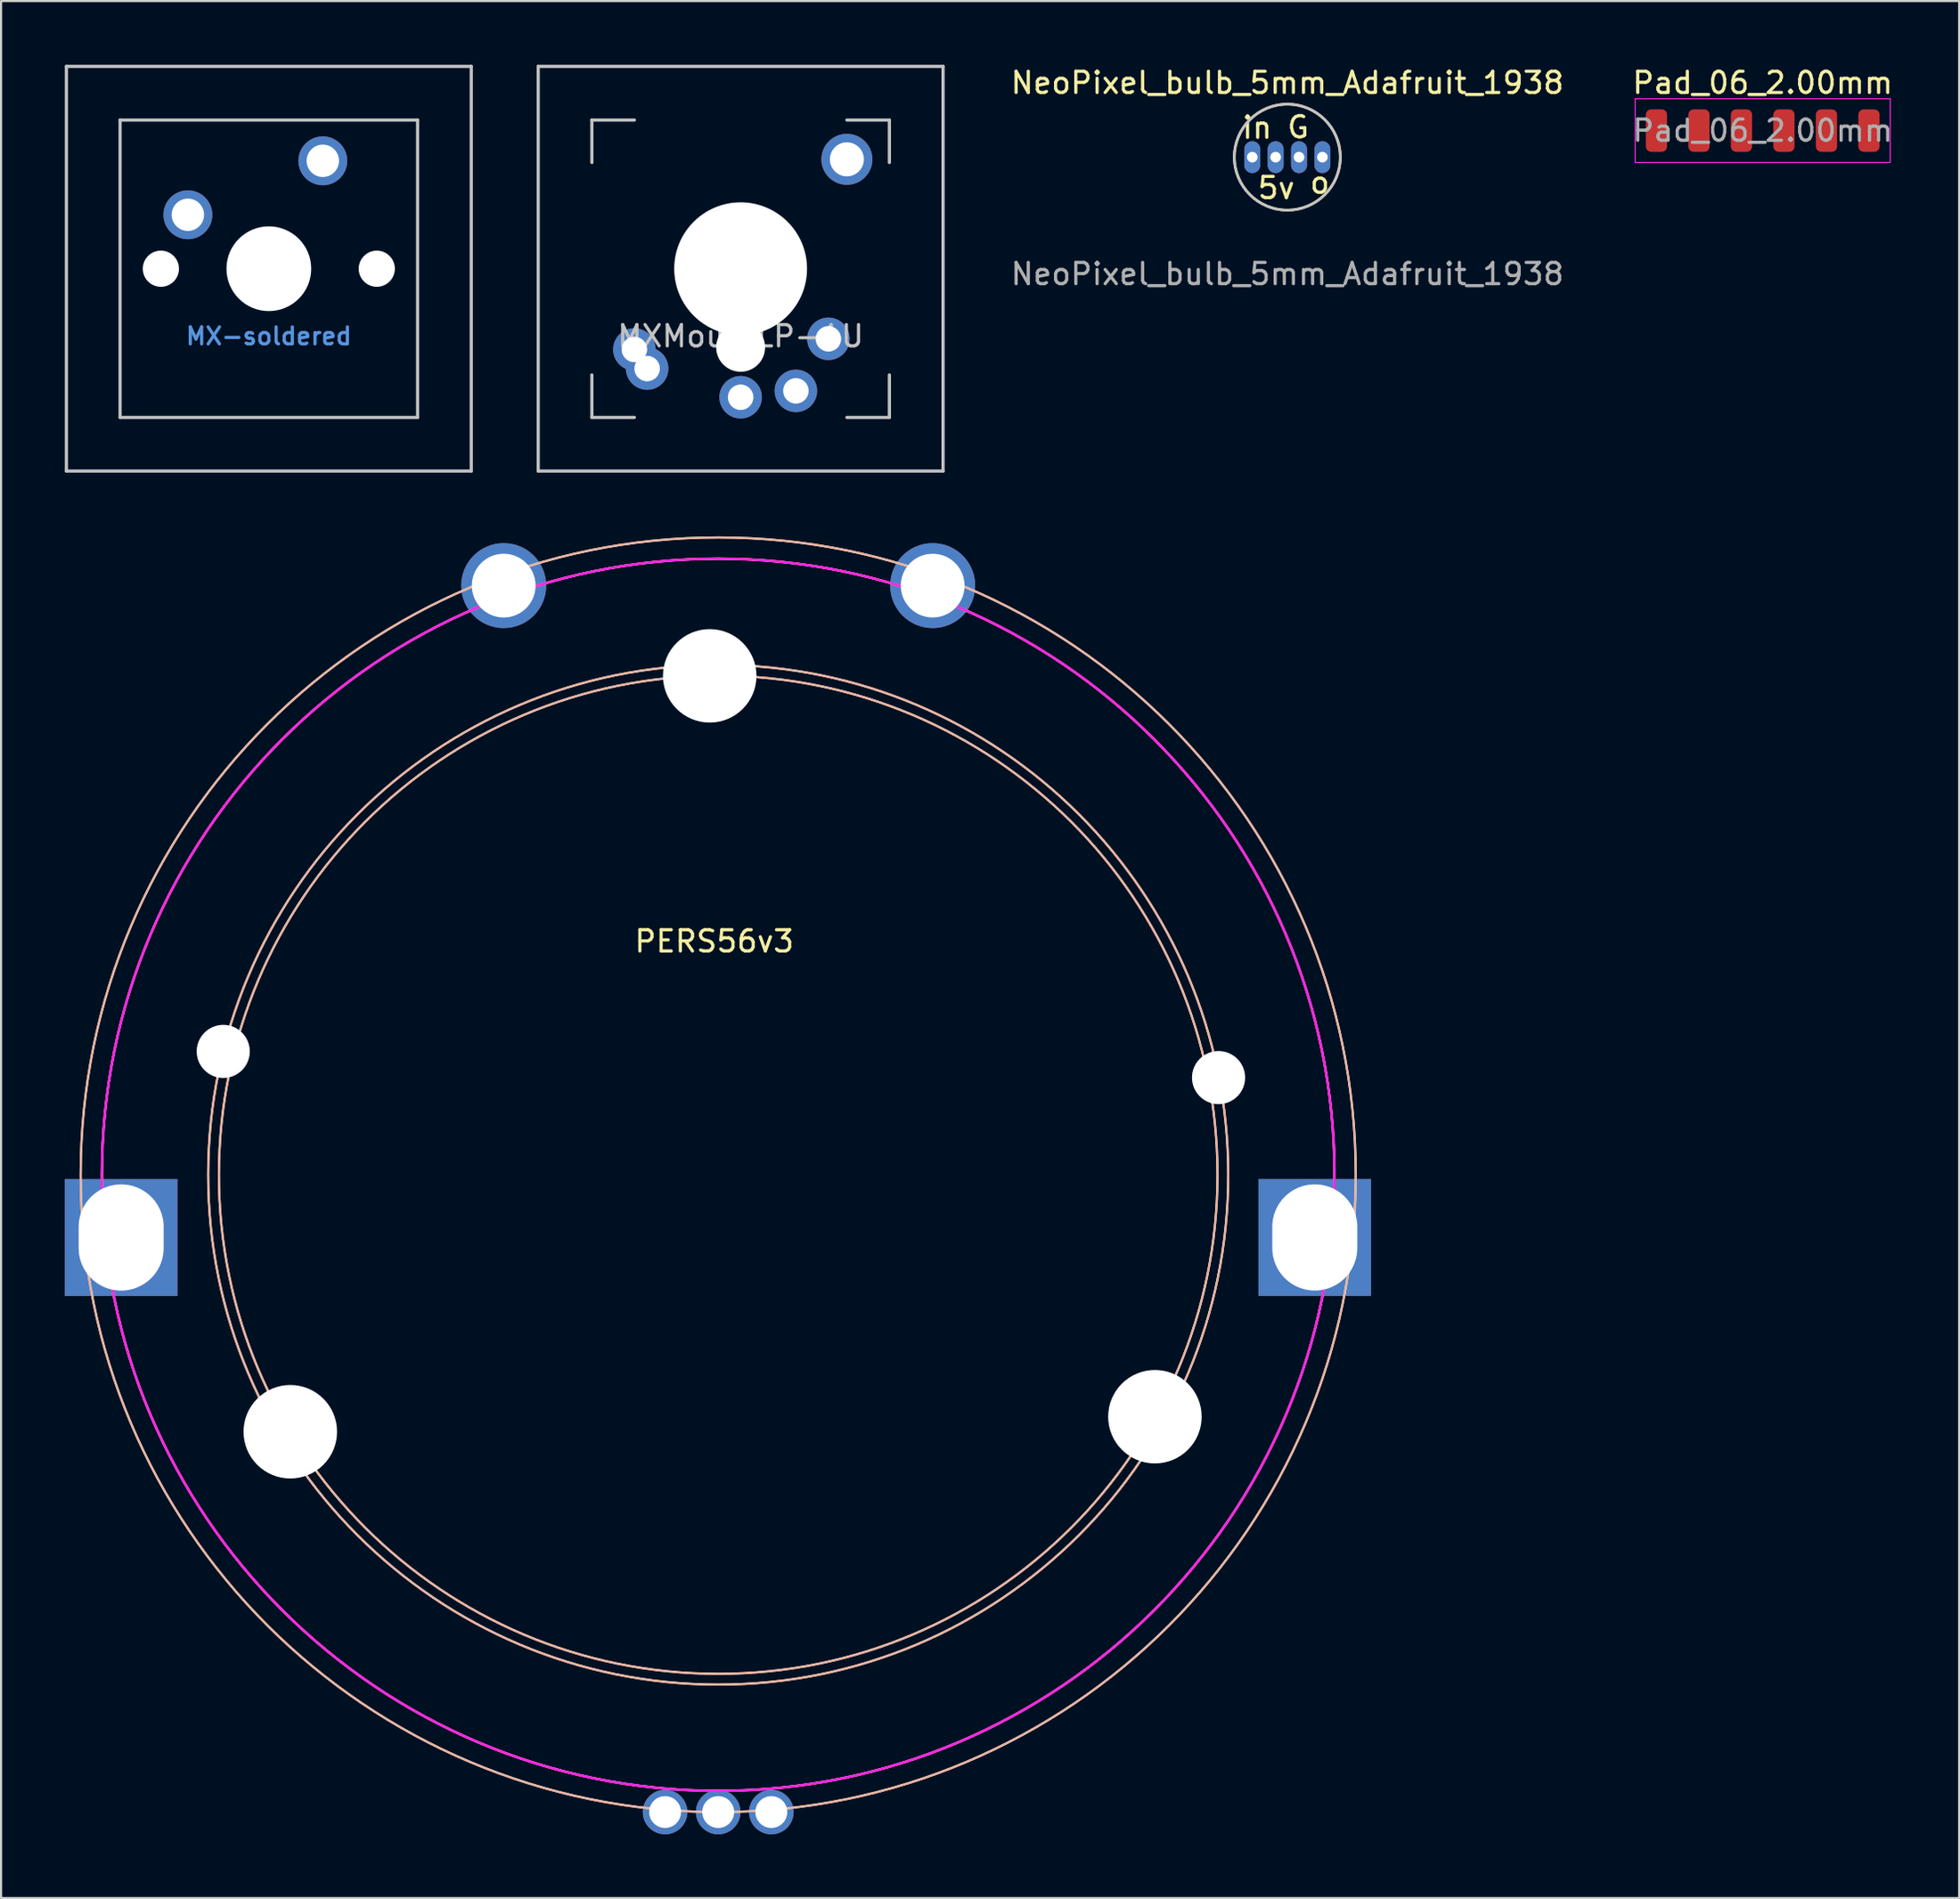
<source format=kicad_pcb>
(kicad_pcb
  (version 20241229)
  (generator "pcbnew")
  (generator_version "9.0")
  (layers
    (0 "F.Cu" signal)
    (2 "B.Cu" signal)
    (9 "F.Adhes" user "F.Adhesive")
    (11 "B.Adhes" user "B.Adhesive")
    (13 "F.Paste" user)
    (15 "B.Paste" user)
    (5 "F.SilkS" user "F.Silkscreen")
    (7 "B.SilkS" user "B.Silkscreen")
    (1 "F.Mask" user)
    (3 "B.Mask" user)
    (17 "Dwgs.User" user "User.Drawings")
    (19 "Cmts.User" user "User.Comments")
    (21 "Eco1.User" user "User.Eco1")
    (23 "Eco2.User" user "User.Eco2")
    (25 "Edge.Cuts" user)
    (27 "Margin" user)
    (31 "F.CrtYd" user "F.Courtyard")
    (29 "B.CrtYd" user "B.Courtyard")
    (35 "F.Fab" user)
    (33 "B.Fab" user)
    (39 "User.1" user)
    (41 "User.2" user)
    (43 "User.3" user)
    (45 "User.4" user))
  (footprint "NeoPixel_bulb_5mm_Adafruit_1938"
    (layer "F.Cu")
    (at 57.525 4.348)
    (property "Reference" "NeoPixel_bulb_5mm_Adafruit_1938" (at 0 -3.5 0) (unlocked yes) (layer "F.SilkS") (effects (font (size 1 1) (thickness 0.15))))
    (attr through_hole)
    (fp_circle (center 0 0) (end 0 -2.49) (stroke (width 0.12) (type solid)) (fill no) (layer "F.SilkS"))
    (fp_circle (center 0 0) (end 0 -2.5) (stroke (width 0.12) (type solid)) (fill no) (layer "Dwgs.User"))
    (fp_text user "5v" (at -0.52 1.45 0) (unlocked yes) (layer "F.SilkS") (effects (font (size 1 1) (thickness 0.15))))
    (fp_text user "G" (at 0.51 -1.41 0) (unlocked yes) (layer "F.SilkS") (effects (font (size 1 1) (thickness 0.15))))
    (fp_text user "o" (at 1.53 1.2 0) (unlocked yes) (layer "F.SilkS") (effects (font (size 1 1) (thickness 0.15))))
    (fp_text user "in" (at -1.42 -1.39 0) (unlocked yes) (layer "F.SilkS") (effects (font (size 1 1) (thickness 0.15))))
    (fp_text user "${REFERENCE}" (at 0 5.5 0) (unlocked yes) (layer "F.Fab") (effects (font (size 1 1) (thickness 0.15))))
    (pad "1" thru_hole oval (at -0.55 0) (size 0.75 1.5) (drill 0.5) (layers "*.Cu" "*.Mask"))
    (pad "2" thru_hole oval (at 1.65 0) (size 0.75 1.5) (drill 0.5) (layers "*.Cu" "*.Mask"))
    (pad "3" thru_hole oval (at 0.55 0) (size 0.75 1.5) (drill 0.5) (layers "*.Cu" "*.Mask"))
    (pad "4" thru_hole oval (at -1.65 0) (size 0.75 1.5) (drill 0.5) (layers "*.Cu" "*.Mask")))
  (footprint "PERS56v3"
    (layer "F.Cu")
    (at 30.745 52.25)
    (property "Reference" "PERS56v3" (at -0.186 -10.989 0) (unlocked yes) (layer "F.SilkS") (effects (font (size 1 1) (thickness 0.15))))
    (attr through_hole)
    (fp_circle (center 0 0) (end 23.494 0) (stroke (width 0.1) (type solid)) (fill no) (layer "F.SilkS"))
    (fp_circle (center 0 0) (end 24 0) (stroke (width 0.1) (type solid)) (fill no) (layer "F.SilkS"))
    (fp_circle (center 0 0) (end 29 0) (stroke (width 0.1) (type solid)) (fill no) (layer "F.SilkS"))
    (fp_circle (center 0 0) (end 30 0) (stroke (width 0.1) (type solid)) (fill no) (layer "F.SilkS"))
    (fp_circle (center 0 0) (end 23.494 0) (stroke (width 0.1) (type solid)) (fill no) (layer "B.SilkS"))
    (fp_circle (center 0 0) (end 24 0) (stroke (width 0.1) (type solid)) (fill no) (layer "B.SilkS"))
    (fp_circle (center 0 0) (end 29 0) (stroke (width 0.1) (type solid)) (fill no) (layer "B.SilkS"))
    (fp_circle (center 0 0) (end 30 0) (stroke (width 0.1) (type solid)) (fill no) (layer "B.SilkS"))
    (fp_circle (center 0 0) (end 29 0) (stroke (width 0.12) (type solid)) (fill no) (layer "F.CrtYd"))
    (fp_circle (center -28.095 2.953) (end -26.345 2.953) (stroke (width 0.1) (type solid)) (fill no) (layer "User.7"))
    (fp_circle (center -23.29 -5.806) (end -22.19 -5.806) (stroke (width 0.1) (type solid)) (fill no) (layer "User.7"))
    (fp_circle (center -20.135 12.098) (end -18.135 12.098) (stroke (width 0.1) (type solid)) (fill no) (layer "User.7"))
    (fp_circle (center -10.094 -27.733) (end -8.994 -27.733) (stroke (width 0.1) (type solid)) (fill no) (layer "User.7"))
    (fp_circle (center -2.5 30) (end -1.95 30) (stroke (width 0.1) (type solid)) (fill no) (layer "User.7"))
    (fp_circle (center -0.4 -23.485) (end 1.6 -23.485) (stroke (width 0.1) (type solid)) (fill no) (layer "User.7"))
    (fp_circle (center 0 30) (end 0.55 30) (stroke (width 0.1) (type solid)) (fill no) (layer "User.7"))
    (fp_circle (center 2.5 30) (end 3.05 30) (stroke (width 0.1) (type solid)) (fill no) (layer "User.7"))
    (fp_circle (center 10.092 -27.733) (end 11.192 -27.733) (stroke (width 0.1) (type solid)) (fill no) (layer "User.7"))
    (fp_circle (center 20.549 11.39) (end 22.549 11.39) (stroke (width 0.1) (type solid)) (fill no) (layer "User.7"))
    (fp_circle (center 23.544 -4.573) (end 24.644 -4.573) (stroke (width 0.1) (type solid)) (fill no) (layer "User.7"))
    (fp_circle (center 28.071 2.951) (end 29.821 2.951) (stroke (width 0.1) (type solid)) (fill no) (layer "User.7"))
    (fp_line (start 0 -30) (end 0 30) (stroke (width 0.1) (type solid)) (layer "User.8"))
    (fp_line (start 0 0) (end -29.836 3.136) (stroke (width 0.1) (type solid)) (layer "User.8"))
    (fp_line (start 0 0) (end -29.052 -7.243) (stroke (width 0.1) (type solid)) (layer "User.8"))
    (fp_line (start 0 0) (end -25.715 15.451) (stroke (width 0.1) (type solid)) (layer "User.8"))
    (fp_line (start 0 0) (end -10.261 -28.191) (stroke (width 0.1) (type solid)) (layer "User.8"))
    (fp_line (start 0 0) (end -0.524 -29.995) (stroke (width 0.1) (type solid)) (layer "User.8"))
    (fp_line (start 0 0) (end 10.261 -28.191) (stroke (width 0.1) (type solid)) (layer "User.8"))
    (fp_line (start 0 0) (end 26.239 14.544) (stroke (width 0.1) (type solid)) (layer "User.8"))
    (fp_line (start 0 0) (end 29.455 -5.725) (stroke (width 0.1) (type solid)) (layer "User.8"))
    (fp_line (start 0 0) (end 29.95 3.148) (stroke (width 0.1) (type solid)) (layer "User.8"))
    (fp_line (start 0 0) (end 30 0) (stroke (width 0.1) (type solid)) (layer "User.8"))
    (pad "" np_thru_hole circle (at -23.29 -5.806) (size 2.5 2.5) (drill 2.5) (layers "*.Cu" "*.Mask"))
    (pad "" np_thru_hole circle (at -20.135 12.098) (size 4.4 4.4) (drill 4.4) (layers "*.Cu" "*.Mask"))
    (pad "" thru_hole circle (at -10.094 -27.733) (size 4 4) (drill 3) (layers "*.Cu" "*.Mask"))
    (pad "" np_thru_hole circle (at -0.4 -23.485) (size 4.4 4.4) (drill 4.4) (layers "*.Cu" "*.Mask"))
    (pad "" thru_hole circle (at 10.092 -27.733) (size 4 4) (drill 3) (layers "*.Cu" "*.Mask"))
    (pad "" np_thru_hole circle (at 20.549 11.39) (size 4.4 4.4) (drill 4.4) (layers "*.Cu" "*.Mask"))
    (pad "" np_thru_hole circle (at 23.544 -4.573) (size 2.5 2.5) (drill 2.5) (layers "*.Cu" "*.Mask"))
    (pad "A" thru_hole circle (at -2.5 30) (size 2.1 2.1) (drill 1.5) (layers "*.Cu" "*.Mask"))
    (pad "B" thru_hole circle (at 2.5 30) (size 2.1 2.1) (drill 1.5) (layers "*.Cu" "*.Mask"))
    (pad "C" thru_hole circle (at 0 30) (size 2.1 2.1) (drill 1.5) (layers "*.Cu" "*.Mask"))
    (pad "MP" thru_hole rect (at -28.095 2.953) (size 5.3 5.5) (drill oval 4 5) (layers "*.Cu" "*.Mask"))
    (pad "MP" thru_hole rect (at 28.071 2.951) (size 5.3 5.5) (drill oval 4 5) (layers "*.Cu" "*.Mask")))
  (footprint "Pad_06_2.00mm"
    (layer "F.Cu")
    (at 79.894 3.098)
    (property "Reference" "Pad_06_2.00mm" (at 0 -2.25 180) (layer "F.SilkS") (effects (font (size 1 1) (thickness 0.15))))
    (attr smd)
    (fp_line (start -6 -1.5) (end -6 1.5) (stroke (width 0.05) (type solid)) (layer "F.CrtYd"))
    (fp_line (start -6 1.5) (end 6 1.5) (stroke (width 0.05) (type solid)) (layer "F.CrtYd"))
    (fp_line (start 6 -1.5) (end -6 -1.5) (stroke (width 0.05) (type solid)) (layer "F.CrtYd"))
    (fp_line (start 6 1.5) (end 6 -1.5) (stroke (width 0.05) (type solid)) (layer "F.CrtYd"))
    (fp_text user "${REFERENCE}" (at 0 0 180) (layer "F.Fab") (effects (font (size 1 1) (thickness 0.15))))
    (pad "1" smd roundrect (at -5 0) (size 1 2) (layers "F.Cu" "F.Mask" "F.Paste") (roundrect_rratio 0.25))
    (pad "2" smd roundrect (at -3 0) (size 1 2) (layers "F.Cu" "F.Mask" "F.Paste") (roundrect_rratio 0.25))
    (pad "3" smd roundrect (at -1 0) (size 1 2) (layers "F.Cu" "F.Mask" "F.Paste") (roundrect_rratio 0.25))
    (pad "4" smd roundrect (at 1 0) (size 1 2) (layers "F.Cu" "F.Mask" "F.Paste") (roundrect_rratio 0.25))
    (pad "5" smd roundrect (at 3 0) (size 1 2) (layers "F.Cu" "F.Mask" "F.Paste") (roundrect_rratio 0.25))
    (pad "6" smd roundrect (at 5 0) (size 1 2) (layers "F.Cu" "F.Mask" "F.Paste") (roundrect_rratio 0.25)))
  (footprint "MX-soldered"
    (layer "F.Cu")
    (at 9.6 9.6)
    (property "Reference" "MX-soldered" (at 0 3.175 0) (layer "Cmts.User") (effects (font (size 0.8 0.8) (thickness 0.15))))
    (attr through_hole)
    (fp_line (start -7 -7) (end -7 -5) (stroke (width 0.12) (type solid)) (layer "F.SilkS"))
    (fp_line (start -7 -7) (end -5 -7) (stroke (width 0.12) (type solid)) (layer "F.SilkS"))
    (fp_line (start -7 7) (end -7 5) (stroke (width 0.12) (type solid)) (layer "F.SilkS"))
    (fp_line (start -7 7) (end -5 7) (stroke (width 0.12) (type solid)) (layer "F.SilkS"))
    (fp_line (start 7 -7) (end 5 -7) (stroke (width 0.12) (type solid)) (layer "F.SilkS"))
    (fp_line (start 7 -7) (end 7 -5) (stroke (width 0.12) (type solid)) (layer "F.SilkS"))
    (fp_line (start 7 7) (end 5 7) (stroke (width 0.12) (type solid)) (layer "F.SilkS"))
    (fp_line (start 7 7) (end 7 5) (stroke (width 0.12) (type solid)) (layer "F.SilkS"))
    (fp_line (start -9.525 9.525) (end -9.525 -9.525) (stroke (width 0.15) (type solid)) (layer "Dwgs.User"))
    (fp_line (start -7 -7) (end -7 7) (stroke (width 0.15) (type solid)) (layer "Dwgs.User"))
    (fp_line (start -7 7) (end 7 7) (stroke (width 0.15) (type solid)) (layer "Dwgs.User"))
    (fp_line (start 7 -7) (end -7 -7) (stroke (width 0.15) (type solid)) (layer "Dwgs.User"))
    (fp_line (start 7 -7) (end 7 7) (stroke (width 0.15) (type solid)) (layer "Dwgs.User"))
    (fp_line (start 9.525 -9.525) (end -9.525 -9.525) (stroke (width 0.15) (type solid)) (layer "Dwgs.User"))
    (fp_line (start 9.525 9.525) (end -9.525 9.525) (stroke (width 0.15) (type solid)) (layer "Dwgs.User"))
    (fp_line (start 9.525 9.525) (end 9.525 -9.525) (stroke (width 0.15) (type solid)) (layer "Dwgs.User"))
    (pad "" np_thru_hole circle (at -5.08 0 48.099) (size 1.702 1.702) (drill 1.702) (layers "*.Cu" "*.Mask"))
    (pad "" np_thru_hole circle (at 0 0) (size 3.988 3.988) (drill 3.988) (layers "*.Cu" "*.Mask"))
    (pad "" np_thru_hole circle (at 5.08 0 48.099) (size 1.702 1.702) (drill 1.702) (layers "*.Cu" "*.Mask"))
    (pad "1" thru_hole circle (at -3.81 -2.54 48.099) (size 2.3 2.3) (drill 1.524) (layers "*.Cu" "B.Mask"))
    (pad "2" thru_hole circle (at 2.54 -5.08) (size 2.3 2.3) (drill 1.524) (layers "*.Cu" "B.Mask")))
  (footprint "MXMountLP-1U"
    (layer "F.Cu")
    (at 31.8 9.6)
    (property "Reference" "MXMountLP-1U" (at 0 3.175 0) (layer "Dwgs.User") (effects (font (size 1 1) (thickness 0.15))))
    (attr through_hole)
    (fp_line (start -9.525 -9.525) (end 9.525 -9.525) (stroke (width 0.15) (type solid)) (layer "Dwgs.User"))
    (fp_line (start -9.525 9.525) (end -9.525 -9.525) (stroke (width 0.15) (type solid)) (layer "Dwgs.User"))
    (fp_line (start -7 -7) (end -7 -5) (stroke (width 0.15) (type solid)) (layer "Dwgs.User"))
    (fp_line (start -7 5) (end -7 7) (stroke (width 0.15) (type solid)) (layer "Dwgs.User"))
    (fp_line (start -7 7) (end -5 7) (stroke (width 0.15) (type solid)) (layer "Dwgs.User"))
    (fp_line (start -5 -7) (end -7 -7) (stroke (width 0.15) (type solid)) (layer "Dwgs.User"))
    (fp_line (start 5 -7) (end 7 -7) (stroke (width 0.15) (type solid)) (layer "Dwgs.User"))
    (fp_line (start 5 7) (end 7 7) (stroke (width 0.15) (type solid)) (layer "Dwgs.User"))
    (fp_line (start 7 -7) (end 7 -5) (stroke (width 0.15) (type solid)) (layer "Dwgs.User"))
    (fp_line (start 7 7) (end 7 5) (stroke (width 0.15) (type solid)) (layer "Dwgs.User"))
    (fp_line (start 9.525 -9.525) (end 9.525 9.525) (stroke (width 0.15) (type solid)) (layer "Dwgs.User"))
    (fp_line (start 9.525 9.525) (end -9.525 9.525) (stroke (width 0.15) (type solid)) (layer "Dwgs.User"))
    (pad "" np_thru_hole circle (at 0 0 180) (size 6.25 6.25) (drill 6.25) (layers "*.Cu" "*.Mask"))
    (pad "" np_thru_hole circle (at 0 3.7 180) (size 2.3 2.3) (drill 2.3) (layers "*.Cu" "*.Mask"))
    (pad "" thru_hole circle (at 5 -5.15 41.9) (size 2.4 2.4) (drill 1.6) (layers "*.Cu" "*.Mask"))
    (pad "1" thru_hole circle (at -5 3.8 41.9) (size 2 2) (drill 1.2) (layers "*.Cu" "*.Mask"))
    (pad "1" thru_hole circle (at -4.4 4.7 41.9) (size 2 2) (drill 1.2) (layers "*.Cu" "*.Mask"))
    (pad "1" thru_hole circle (at 4.13 3.3 41.9) (size 2 2) (drill 1.2) (layers "*.Cu" "*.Mask"))
    (pad "2" thru_hole circle (at 0 6.05 180) (size 2 2) (drill 1.2) (layers "*.Cu" "*.Mask"))
    (pad "2" thru_hole circle (at 2.6 5.75 41.9) (size 2 2) (drill 1.2) (layers "*.Cu" "*.Mask")))
  (gr_rect
    (start -3 -3)
    (end 89.138 86.3)
    (stroke (width 0.1) (type default))
    (fill no)
    (layer "Edge.Cuts")))
</source>
